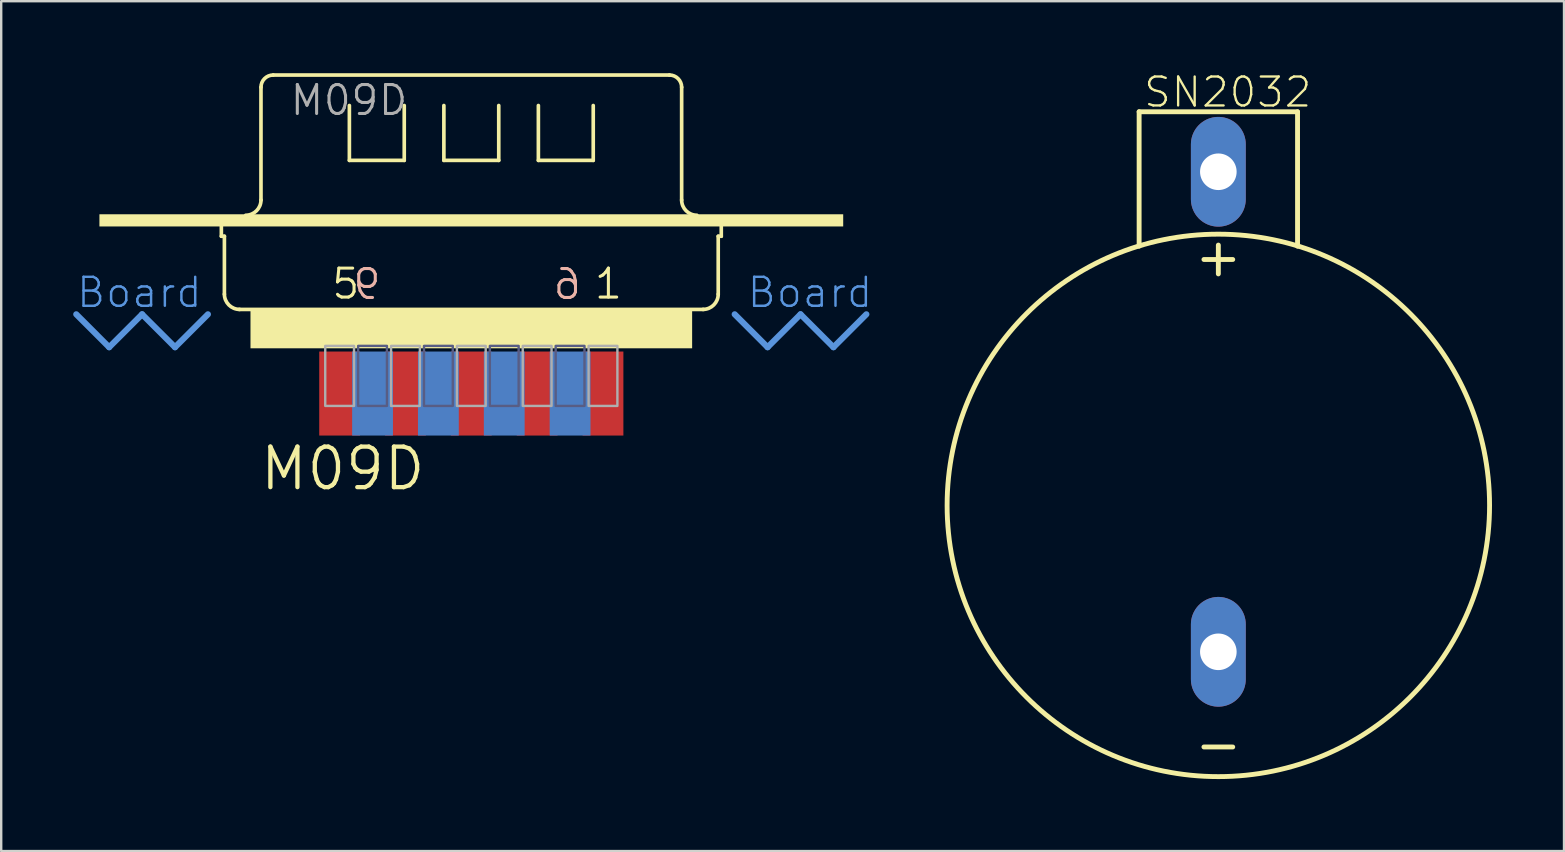
<source format=kicad_pcb>
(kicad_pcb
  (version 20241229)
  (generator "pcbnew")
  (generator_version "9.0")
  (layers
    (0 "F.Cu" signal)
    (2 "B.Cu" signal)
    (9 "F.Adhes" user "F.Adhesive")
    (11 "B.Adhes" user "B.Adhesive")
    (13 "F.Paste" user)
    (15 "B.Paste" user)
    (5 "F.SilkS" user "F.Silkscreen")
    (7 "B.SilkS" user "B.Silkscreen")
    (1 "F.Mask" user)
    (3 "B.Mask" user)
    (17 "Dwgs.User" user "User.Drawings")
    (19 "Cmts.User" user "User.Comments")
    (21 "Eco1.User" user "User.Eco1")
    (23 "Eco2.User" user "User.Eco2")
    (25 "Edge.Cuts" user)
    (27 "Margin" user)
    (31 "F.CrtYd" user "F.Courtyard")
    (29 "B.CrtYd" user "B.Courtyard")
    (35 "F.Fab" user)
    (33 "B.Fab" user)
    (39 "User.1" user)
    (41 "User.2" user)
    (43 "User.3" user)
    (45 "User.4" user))
  (footprint "SN2032"
    (layer "F.Cu")
    (at 47.709 18.006)
    (property "Reference" "SN2032" (at -3.175 -16.51 0) (layer "F.SilkS") (effects (font (size 1.206 1.206) (thickness 0.097)) (justify left bottom)))
    (attr through_hole)
    (fp_line (start -3.3 -16.4) (end -3.3 -10.8) (stroke (width 0.203) (type solid)) (layer "F.SilkS"))
    (fp_line (start -3.3 -16.4) (end 3.3 -16.4) (stroke (width 0.203) (type solid)) (layer "F.SilkS"))
    (fp_line (start -0.6 -10.245) (end 0.6 -10.245) (stroke (width 0.203) (type solid)) (layer "F.SilkS"))
    (fp_line (start -0.6 10.065) (end 0.6 10.065) (stroke (width 0.203) (type solid)) (layer "F.SilkS"))
    (fp_line (start 0 -10.845) (end 0 -9.645) (stroke (width 0.203) (type solid)) (layer "F.SilkS"))
    (fp_line (start 3.3 -16.4) (end 3.3 -10.8) (stroke (width 0.203) (type solid)) (layer "F.SilkS"))
    (fp_circle (center 0 0) (end 11.3 0) (stroke (width 0.203) (type solid)) (fill no) (layer "F.SilkS"))
    (pad "+" thru_hole oval (at 0 -13.9 90) (size 4.572 2.286) (drill 1.524) (layers "*.Cu" "*.Mask"))
    (pad "-" thru_hole oval (at 0 6.1 90) (size 4.572 2.286) (drill 1.524) (layers "*.Cu" "*.Mask")))
  (footprint "M09D"
    (layer "F.Cu")
    (at 16.586 7.301)
    (property "Reference" "M09D" (at -8.89 10.16 0) (layer "F.SilkS") (effects (font (size 1.689 1.689) (thickness 0.178)) (justify left bottom)))
    (attr through_hole)
    (fp_line (start -10.414 -0.508) (end -10.414 -1.016) (stroke (width 0.152) (type solid)) (layer "F.SilkS"))
    (fp_line (start -10.414 -0.508) (end -10.287 -0.508) (stroke (width 0.152) (type solid)) (layer "F.SilkS"))
    (fp_line (start -10.287 1.905) (end -10.287 -0.508) (stroke (width 0.152) (type solid)) (layer "F.SilkS"))
    (fp_line (start -9.671 2.54) (end 9.671 2.54) (stroke (width 0.152) (type solid)) (layer "F.SilkS"))
    (fp_line (start -8.763 -2.018) (end -8.763 -6.717) (stroke (width 0.152) (type solid)) (layer "F.SilkS"))
    (fp_line (start -8.255 -7.225) (end 8.255 -7.225) (stroke (width 0.152) (type solid)) (layer "F.SilkS"))
    (fp_line (start -5.08 -3.669) (end -5.08 -5.955) (stroke (width 0.152) (type solid)) (layer "F.SilkS"))
    (fp_line (start -2.794 -5.955) (end -2.794 -3.669) (stroke (width 0.152) (type solid)) (layer "F.SilkS"))
    (fp_line (start -2.794 -3.669) (end -5.08 -3.669) (stroke (width 0.152) (type solid)) (layer "F.SilkS"))
    (fp_line (start -1.143 -3.669) (end -1.143 -5.955) (stroke (width 0.152) (type solid)) (layer "F.SilkS"))
    (fp_line (start 1.143 -5.955) (end 1.143 -3.669) (stroke (width 0.152) (type solid)) (layer "F.SilkS"))
    (fp_line (start 1.143 -3.669) (end -1.143 -3.669) (stroke (width 0.152) (type solid)) (layer "F.SilkS"))
    (fp_line (start 2.794 -3.669) (end 2.794 -5.955) (stroke (width 0.152) (type solid)) (layer "F.SilkS"))
    (fp_line (start 5.08 -5.955) (end 5.08 -3.669) (stroke (width 0.152) (type solid)) (layer "F.SilkS"))
    (fp_line (start 5.08 -3.669) (end 2.794 -3.669) (stroke (width 0.152) (type solid)) (layer "F.SilkS"))
    (fp_line (start 8.763 -2.018) (end 8.763 -6.717) (stroke (width 0.152) (type solid)) (layer "F.SilkS"))
    (fp_line (start 10.287 -0.508) (end 10.414 -0.508) (stroke (width 0.152) (type solid)) (layer "F.SilkS"))
    (fp_line (start 10.287 1.905) (end 10.287 -0.508) (stroke (width 0.152) (type solid)) (layer "F.SilkS"))
    (fp_line (start 10.414 -0.508) (end 10.414 -1.016) (stroke (width 0.152) (type solid)) (layer "F.SilkS"))
    (fp_arc (start -9.652 2.54) (mid -10.101013 2.354013) (end -10.287 1.905) (stroke (width 0.1524) (type solid)) (layer "F.SilkS"))
    (fp_arc (start -8.763 -6.717) (mid -8.61421 -7.07621) (end -8.255 -7.225) (stroke (width 0.1524) (type solid)) (layer "F.SilkS"))
    (fp_arc (start -8.763 -2.018) (mid -8.948987 -1.568987) (end -9.398 -1.383) (stroke (width 0.1524) (type solid)) (layer "F.SilkS"))
    (fp_arc (start 8.255 -7.225) (mid 8.61421 -7.07621) (end 8.763 -6.717) (stroke (width 0.1524) (type solid)) (layer "F.SilkS"))
    (fp_arc (start 9.398 -1.383) (mid 8.948987 -1.568987) (end 8.763 -2.018) (stroke (width 0.1524) (type solid)) (layer "F.SilkS"))
    (fp_arc (start 10.287 1.905) (mid 10.101013 2.354013) (end 9.652 2.54) (stroke (width 0.1524) (type solid)) (layer "F.SilkS"))
    (fp_poly (pts (xy -15.494 -0.916) (xy 15.494 -0.916) (xy 15.494 -1.424) (xy -15.494 -1.424)) (stroke (width 0) (type solid)) (fill yes) (layer "F.SilkS"))
    (fp_poly (pts (xy -9.2 4.16) (xy 9.2 4.16) (xy 9.2 2.56) (xy -9.2 2.56)) (stroke (width 0) (type solid)) (fill yes) (layer "F.SilkS"))
    (fp_line (start -16.459 2.743) (end -15.088 4.115) (stroke (width 0.254) (type solid)) (layer "Cmts.User"))
    (fp_line (start -15.088 4.115) (end -13.716 2.743) (stroke (width 0.254) (type solid)) (layer "Cmts.User"))
    (fp_line (start -13.716 2.743) (end -12.344 4.115) (stroke (width 0.254) (type solid)) (layer "Cmts.User"))
    (fp_line (start -12.344 4.115) (end -10.973 2.743) (stroke (width 0.254) (type solid)) (layer "Cmts.User"))
    (fp_line (start 10.973 2.743) (end 12.344 4.115) (stroke (width 0.254) (type solid)) (layer "Cmts.User"))
    (fp_line (start 12.344 4.115) (end 13.716 2.743) (stroke (width 0.254) (type solid)) (layer "Cmts.User"))
    (fp_line (start 13.716 2.743) (end 15.088 4.115) (stroke (width 0.254) (type solid)) (layer "Cmts.User"))
    (fp_line (start 15.088 4.115) (end 16.459 2.743) (stroke (width 0.254) (type solid)) (layer "Cmts.User"))
    (fp_poly (pts (xy -4.715 6.56) (xy -3.515 6.56) (xy -3.515 4.06) (xy -4.715 4.06)) (stroke (width 0.1) (type solid)) (fill no) (layer "B.Fab"))
    (fp_poly (pts (xy -1.972 6.56) (xy -0.772 6.56) (xy -0.772 4.06) (xy -1.972 4.06)) (stroke (width 0.1) (type solid)) (fill no) (layer "B.Fab"))
    (fp_poly (pts (xy 0.772 6.56) (xy 1.972 6.56) (xy 1.972 4.06) (xy 0.772 4.06)) (stroke (width 0.1) (type solid)) (fill no) (layer "B.Fab"))
    (fp_poly (pts (xy 3.515 6.56) (xy 4.715 6.56) (xy 4.715 4.06) (xy 3.515 4.06)) (stroke (width 0.1) (type solid)) (fill no) (layer "B.Fab"))
    (fp_poly (pts (xy -6.086 6.56) (xy -4.886 6.56) (xy -4.886 4.06) (xy -6.086 4.06)) (stroke (width 0.1) (type solid)) (fill no) (layer "F.Fab"))
    (fp_poly (pts (xy -3.343 6.56) (xy -2.143 6.56) (xy -2.143 4.06) (xy -3.343 4.06)) (stroke (width 0.1) (type solid)) (fill no) (layer "F.Fab"))
    (fp_poly (pts (xy -0.6 6.56) (xy 0.6 6.56) (xy 0.6 4.06) (xy -0.6 4.06)) (stroke (width 0.1) (type solid)) (fill no) (layer "F.Fab"))
    (fp_poly (pts (xy 2.143 6.56) (xy 3.343 6.56) (xy 3.343 4.06) (xy 2.143 4.06)) (stroke (width 0.1) (type solid)) (fill no) (layer "F.Fab"))
    (fp_poly (pts (xy 4.886 6.56) (xy 6.086 6.56) (xy 6.086 4.06) (xy 4.886 4.06)) (stroke (width 0.1) (type solid)) (fill no) (layer "F.Fab"))
    (fp_text user "1" (at 5.053 2.179 0) (layer "F.SilkS") (effects (font (size 1.206 1.206) (thickness 0.127)) (justify left bottom)))
    (fp_text user "5" (at -5.888 2.179 0) (layer "F.SilkS") (effects (font (size 1.206 1.206) (thickness 0.127)) (justify left bottom)))
    (fp_text user "6" (at 4.653 2.197 0) (layer "B.SilkS") (effects (font (size 1.206 1.206) (thickness 0.127)) (justify left bottom mirror)))
    (fp_text user "9" (at -3.688 2.197 0) (layer "B.SilkS") (effects (font (size 1.206 1.206) (thickness 0.127)) (justify left bottom mirror)))
    (fp_text user "Board" (at 11.43 2.54 0) (layer "Cmts.User") (effects (font (size 1.206 1.206) (thickness 0.102)) (justify left bottom)))
    (fp_text user "Board " (at -16.51 2.54 0) (layer "Cmts.User") (effects (font (size 1.206 1.206) (thickness 0.102)) (justify left bottom)))
    (fp_text user "M09D" (at -7.62 -5.469 0) (layer "F.Fab") (effects (font (size 1.206 1.206) (thickness 0.127)) (justify left bottom)))
    (pad "1" smd rect (at 5.486 6.045) (size 1.7 3.5) (layers "F.Cu" "F.Mask" "F.Paste"))
    (pad "2" smd rect (at 2.743 6.045) (size 1.7 3.5) (layers "F.Cu" "F.Mask" "F.Paste"))
    (pad "3" smd rect (at 0 6.045) (size 1.7 3.5) (layers "F.Cu" "F.Mask" "F.Paste"))
    (pad "4" smd rect (at -2.743 6.045) (size 1.7 3.5) (layers "F.Cu" "F.Mask" "F.Paste"))
    (pad "5" smd rect (at -5.486 6.045) (size 1.7 3.5) (layers "F.Cu" "F.Mask" "F.Paste"))
    (pad "6" smd rect (at 4.115 6.045) (size 1.7 3.5) (layers "B.Cu" "B.Mask" "B.Paste"))
    (pad "7" smd rect (at 1.372 6.045) (size 1.7 3.5) (layers "B.Cu" "B.Mask" "B.Paste"))
    (pad "8" smd rect (at -1.372 6.045) (size 1.7 3.5) (layers "B.Cu" "B.Mask" "B.Paste"))
    (pad "9" smd rect (at -4.115 6.045) (size 1.7 3.5) (layers "B.Cu" "B.Mask" "B.Paste")))
  (gr_rect
    (start -3 -3)
    (end 62.111 32.408)
    (stroke (width 0.1) (type default))
    (fill no)
    (layer "Edge.Cuts")))
</source>
